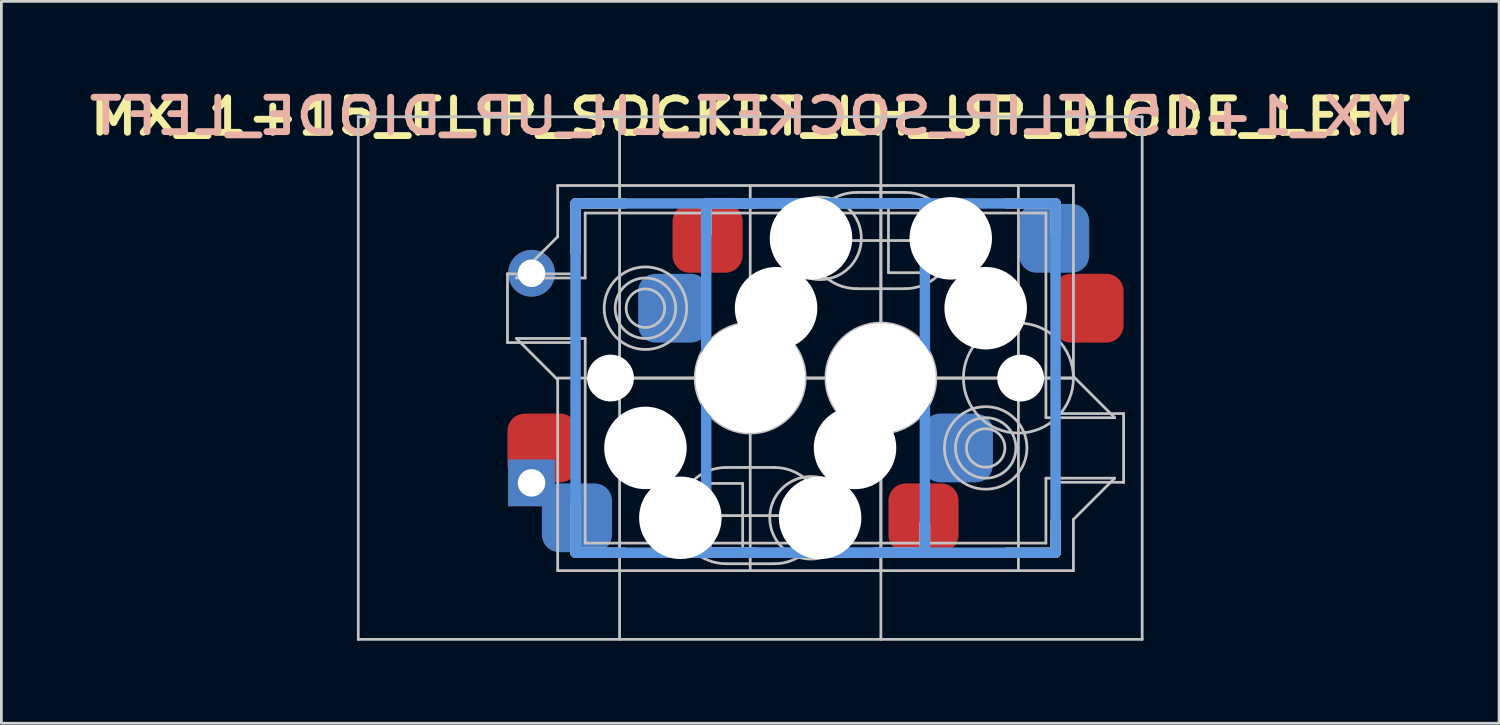
<source format=kicad_pcb>
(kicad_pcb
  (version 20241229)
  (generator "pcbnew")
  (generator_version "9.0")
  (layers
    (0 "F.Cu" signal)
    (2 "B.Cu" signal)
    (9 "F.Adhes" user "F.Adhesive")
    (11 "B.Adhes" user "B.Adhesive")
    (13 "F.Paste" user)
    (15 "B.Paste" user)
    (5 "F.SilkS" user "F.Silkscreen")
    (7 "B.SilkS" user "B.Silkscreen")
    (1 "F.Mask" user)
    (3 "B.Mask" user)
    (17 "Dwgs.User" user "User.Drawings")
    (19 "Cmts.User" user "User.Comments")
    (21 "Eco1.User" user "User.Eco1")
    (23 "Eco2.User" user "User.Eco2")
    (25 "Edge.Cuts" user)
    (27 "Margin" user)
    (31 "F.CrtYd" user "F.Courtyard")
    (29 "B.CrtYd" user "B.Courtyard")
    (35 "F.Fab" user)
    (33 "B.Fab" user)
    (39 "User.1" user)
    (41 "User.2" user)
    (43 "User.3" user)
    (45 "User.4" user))
  (footprint "MX_1+15_FLIP_SOCKET_LH_UP_DIODE_LEFT"
    (layer "F.Cu")
    (at 24.225 10.695)
    (property "Reference" "MX_1+15_FLIP_SOCKET_LH_UP_DIODE_LEFT" (at 0 -9.5 180) (layer "F.SilkS") (effects (font (size 1.25 1.5) (thickness 0.25))))
    (attr through_hole)
    (fp_line (start -6.35 -6.35) (end -4.572 -6.35) (stroke (width 0.381) (type solid)) (layer "F.SilkS"))
    (fp_line (start -6.35 -4.572) (end -6.35 -6.35) (stroke (width 0.381) (type solid)) (layer "F.SilkS"))
    (fp_line (start -1.6 -5.25) (end -1.6 -6.1) (stroke (width 0.381) (type solid)) (layer "F.SilkS"))
    (fp_line (start -1.6 6.35) (end -1.6 5.3) (stroke (width 0.381) (type solid)) (layer "F.SilkS"))
    (fp_line (start -1.25 -6.35) (end 0.178 -6.35) (stroke (width 0.381) (type solid)) (layer "F.SilkS"))
    (fp_line (start 0.178 6.35) (end -1.6 6.35) (stroke (width 0.381) (type solid)) (layer "F.SilkS"))
    (fp_line (start 4.572 -6.35) (end 6.35 -6.35) (stroke (width 0.381) (type solid)) (layer "F.SilkS"))
    (fp_line (start 6 6.35) (end 4.572 6.35) (stroke (width 0.381) (type solid)) (layer "F.SilkS"))
    (fp_line (start 6.35 -6.35) (end 6.35 -5.25) (stroke (width 0.381) (type solid)) (layer "F.SilkS"))
    (fp_line (start 6.35 5.3) (end 6.35 6.1) (stroke (width 0.381) (type solid)) (layer "F.SilkS"))
    (fp_line (start 11.1 5.2) (end 11.1 6.35) (stroke (width 0.381) (type solid)) (layer "F.SilkS"))
    (fp_line (start 11.1 6.35) (end 9.322 6.35) (stroke (width 0.381) (type solid)) (layer "F.SilkS"))
    (fp_line (start -6.35 6.35) (end -6.35 4.572) (stroke (width 0.381) (type solid)) (layer "B.SilkS"))
    (fp_line (start -4.572 6.35) (end -6.35 6.35) (stroke (width 0.381) (type solid)) (layer "B.SilkS"))
    (fp_line (start -1.6 -6.35) (end 0.178 -6.35) (stroke (width 0.381) (type solid)) (layer "B.SilkS"))
    (fp_line (start -1.6 -5.25) (end -1.6 -6.35) (stroke (width 0.381) (type solid)) (layer "B.SilkS"))
    (fp_line (start -1.6 6.1) (end -1.6 5.3) (stroke (width 0.381) (type solid)) (layer "B.SilkS"))
    (fp_line (start 0.178 6.35) (end -1.25 6.35) (stroke (width 0.381) (type solid)) (layer "B.SilkS"))
    (fp_line (start 4.572 -6.35) (end 6 -6.35) (stroke (width 0.381) (type solid)) (layer "B.SilkS"))
    (fp_line (start 6.35 -6.1) (end 6.35 -5.25) (stroke (width 0.381) (type solid)) (layer "B.SilkS"))
    (fp_line (start 6.35 5.3) (end 6.35 6.35) (stroke (width 0.381) (type solid)) (layer "B.SilkS"))
    (fp_line (start 6.35 6.35) (end 4.572 6.35) (stroke (width 0.381) (type solid)) (layer "B.SilkS"))
    (fp_line (start 9.322 -6.35) (end 11.1 -6.35) (stroke (width 0.381) (type solid)) (layer "B.SilkS"))
    (fp_line (start 11.1 -6.35) (end 11.1 -5.2) (stroke (width 0.381) (type solid)) (layer "B.SilkS"))
    (fp_line (start -14.25 -9.5) (end -14.25 9.5) (stroke (width 0.1) (type solid)) (layer "Dwgs.User"))
    (fp_line (start -14.25 9.5) (end 14.25 9.5) (stroke (width 0.1) (type solid)) (layer "Dwgs.User"))
    (fp_line (start -8.825 -3.79) (end -8.825 -1.29) (stroke (width 0.1) (type solid)) (layer "Dwgs.User"))
    (fp_line (start -8.825 -1.29) (end -6.275 -1.29) (stroke (width 0.1) (type solid)) (layer "Dwgs.User"))
    (fp_line (start -8.5 -3.64) (end -7 -5.14) (stroke (width 0.1) (type solid)) (layer "Dwgs.User"))
    (fp_line (start -8.5 -3.64) (end -6 -3.64) (stroke (width 0.1) (type solid)) (layer "Dwgs.User"))
    (fp_line (start -7 -5.14) (end -7 -7) (stroke (width 0.1) (type solid)) (layer "Dwgs.User"))
    (fp_line (start -7 0.06) (end -8.5 -1.44) (stroke (width 0.1) (type solid)) (layer "Dwgs.User"))
    (fp_line (start -7 7) (end -7 0.06) (stroke (width 0.1) (type solid)) (layer "Dwgs.User"))
    (fp_line (start -7 7) (end 11.75 7) (stroke (width 0.1) (type solid)) (layer "Dwgs.User"))
    (fp_line (start -6.275 -3.79) (end -8.825 -3.79) (stroke (width 0.1) (type solid)) (layer "Dwgs.User"))
    (fp_line (start -6.275 -1.29) (end -6.275 -3.79) (stroke (width 0.1) (type solid)) (layer "Dwgs.User"))
    (fp_line (start -6 -3.64) (end -6 -6) (stroke (width 0.1) (type solid)) (layer "Dwgs.User"))
    (fp_line (start -6 -1.44) (end -8.5 -1.44) (stroke (width 0.1) (type solid)) (layer "Dwgs.User"))
    (fp_line (start -6 6) (end -6 -1.44) (stroke (width 0.1) (type solid)) (layer "Dwgs.User"))
    (fp_line (start -4.75 -9.5) (end -4.75 9.5) (stroke (width 0.1) (type solid)) (layer "Dwgs.User"))
    (fp_line (start -2.825 3.83) (end -2.825 6.33) (stroke (width 0.1) (type solid)) (layer "Dwgs.User"))
    (fp_line (start -2.825 6.33) (end -0.275 6.33) (stroke (width 0.1) (type solid)) (layer "Dwgs.User"))
    (fp_line (start -0.275 3.83) (end -2.825 3.83) (stroke (width 0.1) (type solid)) (layer "Dwgs.User"))
    (fp_line (start -0.275 6.33) (end -0.275 3.83) (stroke (width 0.1) (type solid)) (layer "Dwgs.User"))
    (fp_line (start 0 7) (end 0 -7) (stroke (width 0.1) (type solid)) (layer "Dwgs.User"))
    (fp_line (start 0.875 3.25) (end -0.875 3.25) (stroke (width 0.1) (type solid)) (layer "Dwgs.User"))
    (fp_line (start 0.875 6.75) (end -0.875 6.75) (stroke (width 0.1) (type solid)) (layer "Dwgs.User"))
    (fp_line (start 2.125 -5) (end 7.375 -5) (stroke (width 0.1) (type solid)) (layer "Dwgs.User"))
    (fp_line (start 2.625 5) (end -2.625 5) (stroke (width 0.1) (type solid)) (layer "Dwgs.User"))
    (fp_line (start 3.875 -6.75) (end 5.625 -6.75) (stroke (width 0.1) (type solid)) (layer "Dwgs.User"))
    (fp_line (start 3.875 -3.25) (end 5.625 -3.25) (stroke (width 0.1) (type solid)) (layer "Dwgs.User"))
    (fp_line (start 4.75 -9.5) (end 4.75 9.5) (stroke (width 0.1) (type solid)) (layer "Dwgs.User"))
    (fp_line (start 4.75 7) (end 4.75 -7) (stroke (width 0.1) (type solid)) (layer "Dwgs.User"))
    (fp_line (start 5.025 -6.33) (end 5.025 -3.83) (stroke (width 0.1) (type solid)) (layer "Dwgs.User"))
    (fp_line (start 5.025 -3.83) (end 7.575 -3.83) (stroke (width 0.1) (type solid)) (layer "Dwgs.User"))
    (fp_line (start 7.575 -6.33) (end 5.025 -6.33) (stroke (width 0.1) (type solid)) (layer "Dwgs.User"))
    (fp_line (start 7.575 -3.83) (end 7.575 -6.33) (stroke (width 0.1) (type solid)) (layer "Dwgs.User"))
    (fp_line (start 9.75 -7) (end 9.75 7) (stroke (width 0.1) (type solid)) (layer "Dwgs.User"))
    (fp_line (start 10.75 -6) (end -6 -6) (stroke (width 0.1) (type solid)) (layer "Dwgs.User"))
    (fp_line (start 10.75 -6) (end 10.75 1.44) (stroke (width 0.1) (type solid)) (layer "Dwgs.User"))
    (fp_line (start 10.75 1.44) (end 13.25 1.44) (stroke (width 0.1) (type solid)) (layer "Dwgs.User"))
    (fp_line (start 10.75 3.64) (end 10.75 6) (stroke (width 0.1) (type solid)) (layer "Dwgs.User"))
    (fp_line (start 10.75 6) (end -6 6) (stroke (width 0.1) (type solid)) (layer "Dwgs.User"))
    (fp_line (start 11.025 1.29) (end 11.025 3.79) (stroke (width 0.1) (type solid)) (layer "Dwgs.User"))
    (fp_line (start 11.025 3.79) (end 13.575 3.79) (stroke (width 0.1) (type solid)) (layer "Dwgs.User"))
    (fp_line (start 11.75 -7) (end -7 -7) (stroke (width 0.1) (type solid)) (layer "Dwgs.User"))
    (fp_line (start 11.75 -7) (end 11.75 -0.06) (stroke (width 0.1) (type solid)) (layer "Dwgs.User"))
    (fp_line (start 11.75 -0.06) (end 13.25 1.44) (stroke (width 0.1) (type solid)) (layer "Dwgs.User"))
    (fp_line (start 11.75 0) (end -7 0) (stroke (width 0.1) (type solid)) (layer "Dwgs.User"))
    (fp_line (start 11.75 0) (end -4.75 0) (stroke (width 0.1) (type solid)) (layer "Dwgs.User"))
    (fp_line (start 11.75 5.14) (end 11.75 7) (stroke (width 0.1) (type solid)) (layer "Dwgs.User"))
    (fp_line (start 13.25 3.64) (end 10.75 3.64) (stroke (width 0.1) (type solid)) (layer "Dwgs.User"))
    (fp_line (start 13.25 3.64) (end 11.75 5.14) (stroke (width 0.1) (type solid)) (layer "Dwgs.User"))
    (fp_line (start 13.575 1.29) (end 11.025 1.29) (stroke (width 0.1) (type solid)) (layer "Dwgs.User"))
    (fp_line (start 13.575 3.79) (end 13.575 1.29) (stroke (width 0.1) (type solid)) (layer "Dwgs.User"))
    (fp_line (start 14.25 -9.5) (end -14.25 -9.5) (stroke (width 0.1) (type solid)) (layer "Dwgs.User"))
    (fp_line (start 14.25 9.5) (end 14.25 -9.5) (stroke (width 0.1) (type solid)) (layer "Dwgs.User"))
    (fp_arc (start -0.875 6.75) (mid -2.625 5) (end -0.875 3.25) (stroke (width 0.1) (type solid)) (layer "Dwgs.User"))
    (fp_arc (start 0.875 3.25) (mid 2.625 5) (end 0.875 6.75) (stroke (width 0.1) (type solid)) (layer "Dwgs.User"))
    (fp_arc (start 3.875 -3.25) (mid 2.125 -5) (end 3.875 -6.75) (stroke (width 0.1) (type solid)) (layer "Dwgs.User"))
    (fp_arc (start 5.625 -6.75) (mid 7.375 -5) (end 5.625 -3.25) (stroke (width 0.1) (type solid)) (layer "Dwgs.User"))
    (fp_circle (center -3.81 -2.54) (end -3.81 -1.84) (stroke (width 0.1) (type solid)) (fill no) (layer "Dwgs.User"))
    (fp_circle (center -3.81 -2.54) (end -3.81 -1.44) (stroke (width 0.1) (type solid)) (fill no) (layer "Dwgs.User"))
    (fp_circle (center -3.81 -2.54) (end -3.81 -1.04) (stroke (width 0.1) (type solid)) (fill no) (layer "Dwgs.User"))
    (fp_circle (center 0 0) (end 0 2) (stroke (width 0.1) (type solid)) (fill no) (layer "Dwgs.User"))
    (fp_circle (center 2.21 5.08) (end 2.21 5.78) (stroke (width 0.1) (type solid)) (fill no) (layer "Dwgs.User"))
    (fp_circle (center 2.21 5.08) (end 2.21 6.18) (stroke (width 0.1) (type solid)) (fill no) (layer "Dwgs.User"))
    (fp_circle (center 2.21 5.08) (end 2.21 6.58) (stroke (width 0.1) (type solid)) (fill no) (layer "Dwgs.User"))
    (fp_circle (center 2.54 -5.08) (end 2.54 -4.38) (stroke (width 0.1) (type solid)) (fill no) (layer "Dwgs.User"))
    (fp_circle (center 2.54 -5.08) (end 2.54 -3.98) (stroke (width 0.1) (type solid)) (fill no) (layer "Dwgs.User"))
    (fp_circle (center 2.54 -5.08) (end 2.54 -3.58) (stroke (width 0.1) (type solid)) (fill no) (layer "Dwgs.User"))
    (fp_circle (center 4.75 0) (end 4.75 2) (stroke (width 0.1) (type solid)) (fill no) (layer "Dwgs.User"))
    (fp_circle (center 8.56 2.54) (end 8.56 3.24) (stroke (width 0.1) (type solid)) (fill no) (layer "Dwgs.User"))
    (fp_circle (center 8.56 2.54) (end 8.56 3.64) (stroke (width 0.1) (type solid)) (fill no) (layer "Dwgs.User"))
    (fp_circle (center 8.56 2.54) (end 8.56 4.04) (stroke (width 0.1) (type solid)) (fill no) (layer "Dwgs.User"))
    (fp_circle (center 9.75 0) (end 9.75 2) (stroke (width 0.1) (type solid)) (fill no) (layer "Dwgs.User"))
    (fp_line (start -6.35 -6.35) (end 6.35 -6.35) (stroke (width 0.381) (type solid)) (layer "Cmts.User"))
    (fp_line (start -6.35 6.35) (end -6.35 -6.35) (stroke (width 0.381) (type solid)) (layer "Cmts.User"))
    (fp_line (start -1.6 -6.35) (end 11.1 -6.35) (stroke (width 0.381) (type solid)) (layer "Cmts.User"))
    (fp_line (start -1.6 6.35) (end -1.6 -6.35) (stroke (width 0.381) (type solid)) (layer "Cmts.User"))
    (fp_line (start 6.35 -6.35) (end 6.35 6.35) (stroke (width 0.381) (type solid)) (layer "Cmts.User"))
    (fp_line (start 6.35 6.35) (end -6.35 6.35) (stroke (width 0.381) (type solid)) (layer "Cmts.User"))
    (fp_line (start 11.1 -6.35) (end 11.1 6.35) (stroke (width 0.381) (type solid)) (layer "Cmts.User"))
    (fp_line (start 11.1 6.35) (end -1.6 6.35) (stroke (width 0.381) (type solid)) (layer "Cmts.User"))
    (fp_line (start -4.75 -9.5) (end 14.25 -9.5) (stroke (width 0.025) (type solid)) (layer "Eco2.User"))
    (fp_line (start -4.75 9.5) (end -4.75 -9.5) (stroke (width 0.025) (type solid)) (layer "Eco2.User"))
    (fp_line (start -2.25 -7) (end 11.75 -7) (stroke (width 0.025) (type solid)) (layer "Eco2.User"))
    (fp_line (start -2.25 7) (end -2.25 -7) (stroke (width 0.025) (type solid)) (layer "Eco2.User"))
    (fp_line (start -2.25 7) (end 11.75 7) (stroke (width 0.025) (type solid)) (layer "Eco2.User"))
    (fp_line (start 11.75 -7) (end 11.75 7) (stroke (width 0.025) (type solid)) (layer "Eco2.User"))
    (fp_line (start 14.25 -9.5) (end 14.25 9.5) (stroke (width 0.025) (type solid)) (layer "Eco2.User"))
    (fp_line (start 14.25 9.5) (end -4.75 9.5) (stroke (width 0.025) (type solid)) (layer "Eco2.User"))
    (fp_text user "${REFERENCE}" (at 0 -9.525 0) (layer "B.SilkS") (effects (font (size 1.25 1.5) (thickness 0.25)) (justify mirror)))
    (pad "" np_thru_hole circle (at -5.08 0 180) (size 1.702 1.702) (drill 1.702) (layers "*.Cu" "*.Mask"))
    (pad "" np_thru_hole circle (at -3.81 2.54 180) (size 3 3) (drill 3) (layers "*.Cu" "*.Mask"))
    (pad "" np_thru_hole circle (at -2.54 5.08 180) (size 3 3) (drill 3) (layers "*.Cu" "*.Mask"))
    (pad "" np_thru_hole circle (at 0 0 180) (size 3.988 3.988) (drill 3.988) (layers "*.Cu" "*.Mask"))
    (pad "" np_thru_hole circle (at 0.94 -2.54) (size 3 3) (drill 3) (layers "*.Cu" "*.Mask"))
    (pad "" np_thru_hole circle (at 2.21 -5.08) (size 3 3) (drill 3) (layers "*.Cu" "*.Mask"))
    (pad "" np_thru_hole circle (at 2.54 5.08 180) (size 3 3) (drill 3) (layers "*.Cu" "*.Mask"))
    (pad "" np_thru_hole circle (at 3.81 2.54 180) (size 3 3) (drill 3) (layers "*.Cu" "*.Mask"))
    (pad "" np_thru_hole circle (at 4.75 0) (size 3.988 3.988) (drill 3.988) (layers "*.Cu" "*.Mask"))
    (pad "" np_thru_hole circle (at 7.29 -5.08) (size 3 3) (drill 3) (layers "*.Cu" "*.Mask"))
    (pad "" np_thru_hole circle (at 8.56 -2.54) (size 3 3) (drill 3) (layers "*.Cu" "*.Mask"))
    (pad "" np_thru_hole circle (at 9.83 0) (size 1.702 1.702) (drill 1.702) (layers "*.Cu" "*.Mask"))
    (pad "1" smd roundrect (at 6.3 5.08 180) (size 2.55 2.5) (layers "F.Cu" "F.Mask" "F.Paste") (roundrect_rratio 0.25))
    (pad "1" smd roundrect (at 7.55 2.54 180) (size 2.55 2.5) (layers "B.Cu" "B.Mask" "B.Paste") (roundrect_rratio 0.25))
    (pad "1" smd roundrect (at 11.05 -5.08) (size 2.55 2.5) (layers "B.Cu" "B.Mask" "B.Paste") (roundrect_rratio 0.25))
    (pad "1" smd roundrect (at 12.3 -2.54) (size 2.55 2.5) (layers "F.Cu" "F.Mask" "F.Paste") (roundrect_rratio 0.25))
    (pad "2" smd roundrect (at -7.55 2.54 180) (size 2.55 2.5) (layers "F.Cu" "F.Mask" "F.Paste") (roundrect_rratio 0.25))
    (pad "2" smd roundrect (at -6.3 5.08 180) (size 2.55 2.5) (layers "B.Cu" "B.Mask" "B.Paste") (roundrect_rratio 0.25))
    (pad "2" smd roundrect (at -2.8 -2.54) (size 2.55 2.5) (layers "B.Cu" "B.Mask" "B.Paste") (roundrect_rratio 0.25))
    (pad "2" smd roundrect (at -1.55 -5.08) (size 2.55 2.5) (layers "F.Cu" "F.Mask" "F.Paste") (roundrect_rratio 0.25))
    (pad "3" thru_hole circle (at -7.95 -3.81 270) (size 1.7 1.7) (drill 1) (layers "*.Cu" "*.Mask"))
    (pad "4" thru_hole rect (at -7.95 3.81 270) (size 1.7 1.7) (drill 1) (layers "*.Cu" "*.Mask")))
  (gr_rect
    (start -3 -3)
    (end 51.45 23.245)
    (stroke (width 0.1) (type default))
    (fill no)
    (layer "Edge.Cuts")))
</source>
